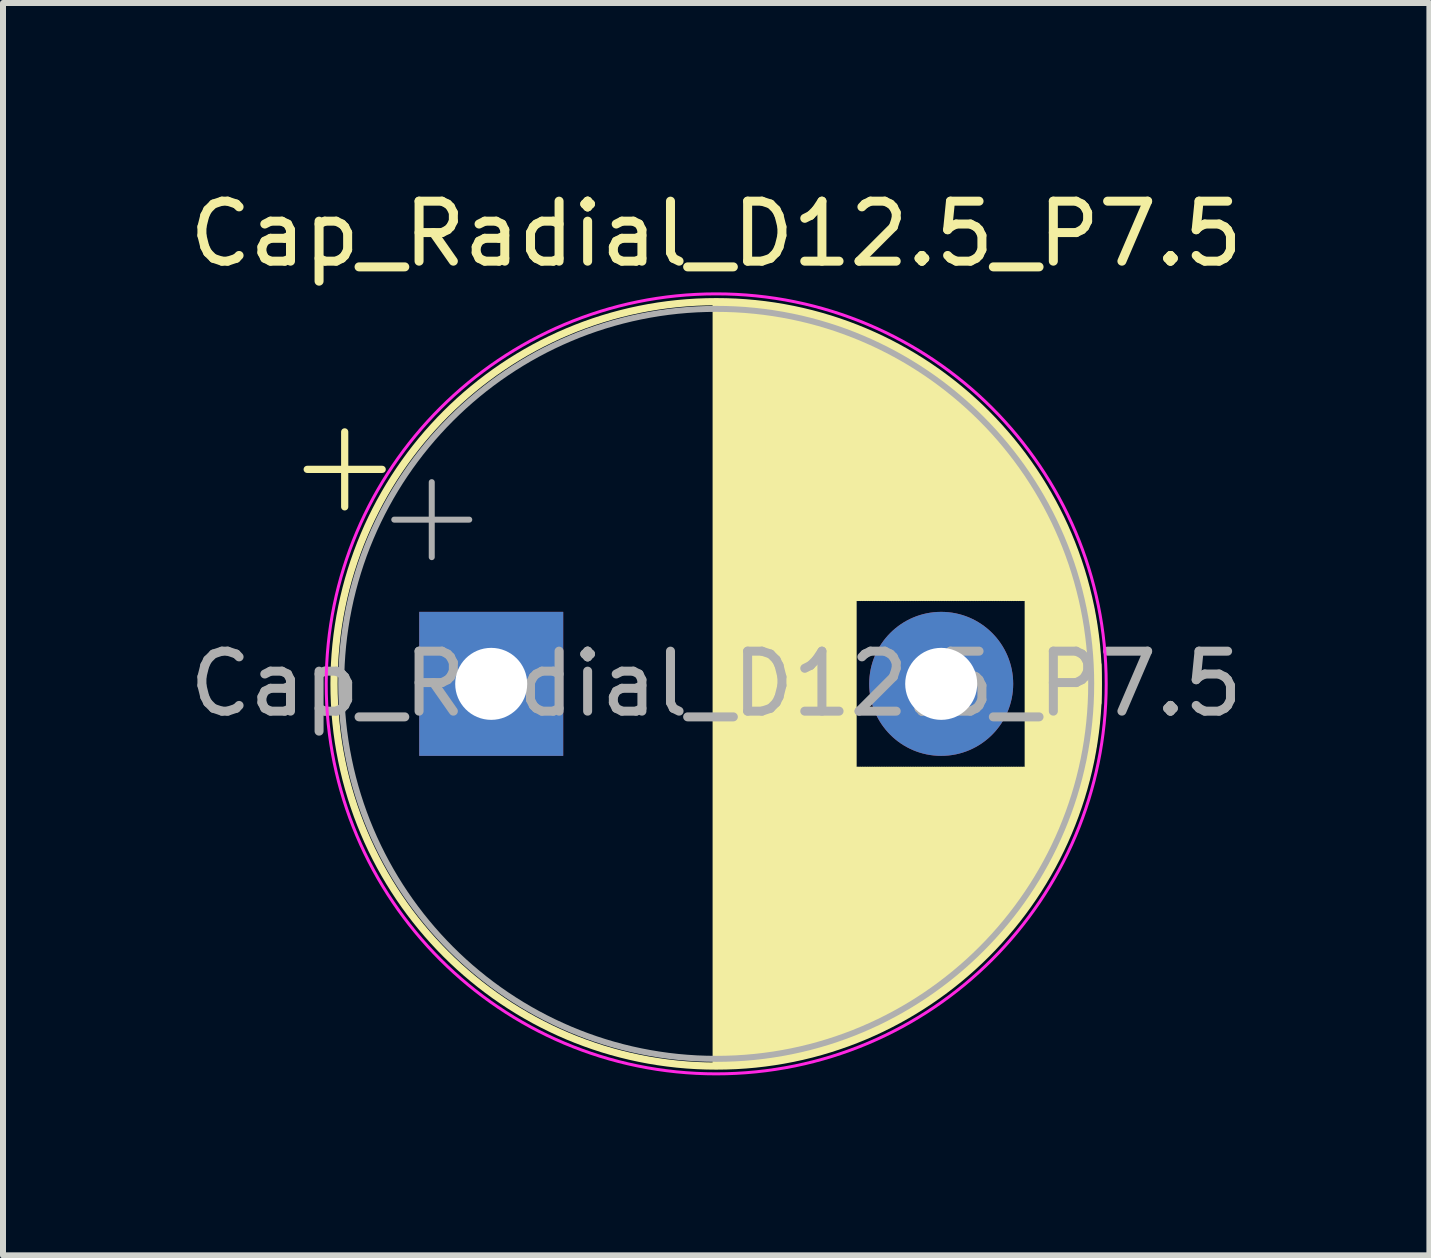
<source format=kicad_pcb>
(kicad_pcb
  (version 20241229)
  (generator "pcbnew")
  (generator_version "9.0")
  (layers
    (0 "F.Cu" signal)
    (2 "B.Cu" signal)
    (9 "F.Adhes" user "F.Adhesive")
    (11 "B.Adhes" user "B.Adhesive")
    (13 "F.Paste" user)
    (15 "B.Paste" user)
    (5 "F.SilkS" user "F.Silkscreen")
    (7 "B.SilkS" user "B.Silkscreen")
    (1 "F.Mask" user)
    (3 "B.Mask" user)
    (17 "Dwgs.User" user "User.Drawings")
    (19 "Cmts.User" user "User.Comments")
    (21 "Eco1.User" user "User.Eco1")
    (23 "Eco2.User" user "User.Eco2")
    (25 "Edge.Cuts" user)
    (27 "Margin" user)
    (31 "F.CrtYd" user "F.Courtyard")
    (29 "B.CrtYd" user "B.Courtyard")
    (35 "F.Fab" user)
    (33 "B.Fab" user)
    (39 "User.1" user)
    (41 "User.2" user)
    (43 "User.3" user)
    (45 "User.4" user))
  (footprint "Cap_Radial_D12.5_P7.5"
    (layer "F.Cu")
    (at 5.137 8.348)
    (property "Reference" "Cap_Radial_D12.5_P7.5" (at 3.75 -7.5 0) (layer "F.SilkS") (effects (font (size 1 1) (thickness 0.15))))
    (attr through_hole)
    (fp_line (start -3.067 -3.575) (end -1.817 -3.575) (stroke (width 0.12) (type solid)) (layer "F.SilkS"))
    (fp_line (start -2.442 -4.2) (end -2.442 -2.95) (stroke (width 0.12) (type solid)) (layer "F.SilkS"))
    (fp_line (start 3.75 -6.33) (end 3.75 6.33) (stroke (width 0.12) (type solid)) (layer "F.SilkS"))
    (fp_line (start 3.79 -6.33) (end 3.79 6.33) (stroke (width 0.12) (type solid)) (layer "F.SilkS"))
    (fp_line (start 3.83 -6.33) (end 3.83 6.33) (stroke (width 0.12) (type solid)) (layer "F.SilkS"))
    (fp_line (start 3.87 -6.329) (end 3.87 6.329) (stroke (width 0.12) (type solid)) (layer "F.SilkS"))
    (fp_line (start 3.91 -6.328) (end 3.91 6.328) (stroke (width 0.12) (type solid)) (layer "F.SilkS"))
    (fp_line (start 3.95 -6.327) (end 3.95 6.327) (stroke (width 0.12) (type solid)) (layer "F.SilkS"))
    (fp_line (start 3.99 -6.326) (end 3.99 6.326) (stroke (width 0.12) (type solid)) (layer "F.SilkS"))
    (fp_line (start 4.03 -6.324) (end 4.03 6.324) (stroke (width 0.12) (type solid)) (layer "F.SilkS"))
    (fp_line (start 4.07 -6.322) (end 4.07 6.322) (stroke (width 0.12) (type solid)) (layer "F.SilkS"))
    (fp_line (start 4.11 -6.32) (end 4.11 6.32) (stroke (width 0.12) (type solid)) (layer "F.SilkS"))
    (fp_line (start 4.15 -6.318) (end 4.15 6.318) (stroke (width 0.12) (type solid)) (layer "F.SilkS"))
    (fp_line (start 4.19 -6.315) (end 4.19 6.315) (stroke (width 0.12) (type solid)) (layer "F.SilkS"))
    (fp_line (start 4.23 -6.312) (end 4.23 6.312) (stroke (width 0.12) (type solid)) (layer "F.SilkS"))
    (fp_line (start 4.27 -6.309) (end 4.27 6.309) (stroke (width 0.12) (type solid)) (layer "F.SilkS"))
    (fp_line (start 4.31 -6.306) (end 4.31 6.306) (stroke (width 0.12) (type solid)) (layer "F.SilkS"))
    (fp_line (start 4.35 -6.302) (end 4.35 6.302) (stroke (width 0.12) (type solid)) (layer "F.SilkS"))
    (fp_line (start 4.39 -6.298) (end 4.39 6.298) (stroke (width 0.12) (type solid)) (layer "F.SilkS"))
    (fp_line (start 4.43 -6.294) (end 4.43 6.294) (stroke (width 0.12) (type solid)) (layer "F.SilkS"))
    (fp_line (start 4.471 -6.29) (end 4.471 6.29) (stroke (width 0.12) (type solid)) (layer "F.SilkS"))
    (fp_line (start 4.511 -6.285) (end 4.511 6.285) (stroke (width 0.12) (type solid)) (layer "F.SilkS"))
    (fp_line (start 4.551 -6.28) (end 4.551 6.28) (stroke (width 0.12) (type solid)) (layer "F.SilkS"))
    (fp_line (start 4.591 -6.275) (end 4.591 6.275) (stroke (width 0.12) (type solid)) (layer "F.SilkS"))
    (fp_line (start 4.631 -6.269) (end 4.631 6.269) (stroke (width 0.12) (type solid)) (layer "F.SilkS"))
    (fp_line (start 4.671 -6.264) (end 4.671 6.264) (stroke (width 0.12) (type solid)) (layer "F.SilkS"))
    (fp_line (start 4.711 -6.258) (end 4.711 6.258) (stroke (width 0.12) (type solid)) (layer "F.SilkS"))
    (fp_line (start 4.751 -6.252) (end 4.751 6.252) (stroke (width 0.12) (type solid)) (layer "F.SilkS"))
    (fp_line (start 4.791 -6.245) (end 4.791 6.245) (stroke (width 0.12) (type solid)) (layer "F.SilkS"))
    (fp_line (start 4.831 -6.238) (end 4.831 6.238) (stroke (width 0.12) (type solid)) (layer "F.SilkS"))
    (fp_line (start 4.871 -6.231) (end 4.871 6.231) (stroke (width 0.12) (type solid)) (layer "F.SilkS"))
    (fp_line (start 4.911 -6.224) (end 4.911 6.224) (stroke (width 0.12) (type solid)) (layer "F.SilkS"))
    (fp_line (start 4.951 -6.216) (end 4.951 6.216) (stroke (width 0.12) (type solid)) (layer "F.SilkS"))
    (fp_line (start 4.991 -6.209) (end 4.991 6.209) (stroke (width 0.12) (type solid)) (layer "F.SilkS"))
    (fp_line (start 5.031 -6.201) (end 5.031 6.201) (stroke (width 0.12) (type solid)) (layer "F.SilkS"))
    (fp_line (start 5.071 -6.192) (end 5.071 6.192) (stroke (width 0.12) (type solid)) (layer "F.SilkS"))
    (fp_line (start 5.111 -6.184) (end 5.111 6.184) (stroke (width 0.12) (type solid)) (layer "F.SilkS"))
    (fp_line (start 5.151 -6.175) (end 5.151 6.175) (stroke (width 0.12) (type solid)) (layer "F.SilkS"))
    (fp_line (start 5.191 -6.166) (end 5.191 6.166) (stroke (width 0.12) (type solid)) (layer "F.SilkS"))
    (fp_line (start 5.231 -6.156) (end 5.231 6.156) (stroke (width 0.12) (type solid)) (layer "F.SilkS"))
    (fp_line (start 5.271 -6.146) (end 5.271 6.146) (stroke (width 0.12) (type solid)) (layer "F.SilkS"))
    (fp_line (start 5.311 -6.137) (end 5.311 6.137) (stroke (width 0.12) (type solid)) (layer "F.SilkS"))
    (fp_line (start 5.351 -6.126) (end 5.351 6.126) (stroke (width 0.12) (type solid)) (layer "F.SilkS"))
    (fp_line (start 5.391 -6.116) (end 5.391 6.116) (stroke (width 0.12) (type solid)) (layer "F.SilkS"))
    (fp_line (start 5.431 -6.105) (end 5.431 6.105) (stroke (width 0.12) (type solid)) (layer "F.SilkS"))
    (fp_line (start 5.471 -6.094) (end 5.471 6.094) (stroke (width 0.12) (type solid)) (layer "F.SilkS"))
    (fp_line (start 5.511 -6.083) (end 5.511 6.083) (stroke (width 0.12) (type solid)) (layer "F.SilkS"))
    (fp_line (start 5.551 -6.071) (end 5.551 6.071) (stroke (width 0.12) (type solid)) (layer "F.SilkS"))
    (fp_line (start 5.591 -6.059) (end 5.591 6.059) (stroke (width 0.12) (type solid)) (layer "F.SilkS"))
    (fp_line (start 5.631 -6.047) (end 5.631 6.047) (stroke (width 0.12) (type solid)) (layer "F.SilkS"))
    (fp_line (start 5.671 -6.034) (end 5.671 6.034) (stroke (width 0.12) (type solid)) (layer "F.SilkS"))
    (fp_line (start 5.711 -6.021) (end 5.711 6.021) (stroke (width 0.12) (type solid)) (layer "F.SilkS"))
    (fp_line (start 5.751 -6.008) (end 5.751 6.008) (stroke (width 0.12) (type solid)) (layer "F.SilkS"))
    (fp_line (start 5.791 -5.995) (end 5.791 5.995) (stroke (width 0.12) (type solid)) (layer "F.SilkS"))
    (fp_line (start 5.831 -5.981) (end 5.831 5.981) (stroke (width 0.12) (type solid)) (layer "F.SilkS"))
    (fp_line (start 5.871 -5.967) (end 5.871 5.967) (stroke (width 0.12) (type solid)) (layer "F.SilkS"))
    (fp_line (start 5.911 -5.953) (end 5.911 5.953) (stroke (width 0.12) (type solid)) (layer "F.SilkS"))
    (fp_line (start 5.951 -5.939) (end 5.951 5.939) (stroke (width 0.12) (type solid)) (layer "F.SilkS"))
    (fp_line (start 5.991 -5.924) (end 5.991 5.924) (stroke (width 0.12) (type solid)) (layer "F.SilkS"))
    (fp_line (start 6.031 -5.908) (end 6.031 5.908) (stroke (width 0.12) (type solid)) (layer "F.SilkS"))
    (fp_line (start 6.071 -5.893) (end 6.071 -1.44) (stroke (width 0.12) (type solid)) (layer "F.SilkS"))
    (fp_line (start 6.071 1.44) (end 6.071 5.893) (stroke (width 0.12) (type solid)) (layer "F.SilkS"))
    (fp_line (start 6.111 -5.877) (end 6.111 -1.44) (stroke (width 0.12) (type solid)) (layer "F.SilkS"))
    (fp_line (start 6.111 1.44) (end 6.111 5.877) (stroke (width 0.12) (type solid)) (layer "F.SilkS"))
    (fp_line (start 6.151 -5.861) (end 6.151 -1.44) (stroke (width 0.12) (type solid)) (layer "F.SilkS"))
    (fp_line (start 6.151 1.44) (end 6.151 5.861) (stroke (width 0.12) (type solid)) (layer "F.SilkS"))
    (fp_line (start 6.191 -5.845) (end 6.191 -1.44) (stroke (width 0.12) (type solid)) (layer "F.SilkS"))
    (fp_line (start 6.191 1.44) (end 6.191 5.845) (stroke (width 0.12) (type solid)) (layer "F.SilkS"))
    (fp_line (start 6.231 -5.828) (end 6.231 -1.44) (stroke (width 0.12) (type solid)) (layer "F.SilkS"))
    (fp_line (start 6.231 1.44) (end 6.231 5.828) (stroke (width 0.12) (type solid)) (layer "F.SilkS"))
    (fp_line (start 6.271 -5.811) (end 6.271 -1.44) (stroke (width 0.12) (type solid)) (layer "F.SilkS"))
    (fp_line (start 6.271 1.44) (end 6.271 5.811) (stroke (width 0.12) (type solid)) (layer "F.SilkS"))
    (fp_line (start 6.311 -5.793) (end 6.311 -1.44) (stroke (width 0.12) (type solid)) (layer "F.SilkS"))
    (fp_line (start 6.311 1.44) (end 6.311 5.793) (stroke (width 0.12) (type solid)) (layer "F.SilkS"))
    (fp_line (start 6.351 -5.776) (end 6.351 -1.44) (stroke (width 0.12) (type solid)) (layer "F.SilkS"))
    (fp_line (start 6.351 1.44) (end 6.351 5.776) (stroke (width 0.12) (type solid)) (layer "F.SilkS"))
    (fp_line (start 6.391 -5.758) (end 6.391 -1.44) (stroke (width 0.12) (type solid)) (layer "F.SilkS"))
    (fp_line (start 6.391 1.44) (end 6.391 5.758) (stroke (width 0.12) (type solid)) (layer "F.SilkS"))
    (fp_line (start 6.431 -5.739) (end 6.431 -1.44) (stroke (width 0.12) (type solid)) (layer "F.SilkS"))
    (fp_line (start 6.431 1.44) (end 6.431 5.739) (stroke (width 0.12) (type solid)) (layer "F.SilkS"))
    (fp_line (start 6.471 -5.721) (end 6.471 -1.44) (stroke (width 0.12) (type solid)) (layer "F.SilkS"))
    (fp_line (start 6.471 1.44) (end 6.471 5.721) (stroke (width 0.12) (type solid)) (layer "F.SilkS"))
    (fp_line (start 6.511 -5.702) (end 6.511 -1.44) (stroke (width 0.12) (type solid)) (layer "F.SilkS"))
    (fp_line (start 6.511 1.44) (end 6.511 5.702) (stroke (width 0.12) (type solid)) (layer "F.SilkS"))
    (fp_line (start 6.551 -5.682) (end 6.551 -1.44) (stroke (width 0.12) (type solid)) (layer "F.SilkS"))
    (fp_line (start 6.551 1.44) (end 6.551 5.682) (stroke (width 0.12) (type solid)) (layer "F.SilkS"))
    (fp_line (start 6.591 -5.662) (end 6.591 -1.44) (stroke (width 0.12) (type solid)) (layer "F.SilkS"))
    (fp_line (start 6.591 1.44) (end 6.591 5.662) (stroke (width 0.12) (type solid)) (layer "F.SilkS"))
    (fp_line (start 6.631 -5.642) (end 6.631 -1.44) (stroke (width 0.12) (type solid)) (layer "F.SilkS"))
    (fp_line (start 6.631 1.44) (end 6.631 5.642) (stroke (width 0.12) (type solid)) (layer "F.SilkS"))
    (fp_line (start 6.671 -5.622) (end 6.671 -1.44) (stroke (width 0.12) (type solid)) (layer "F.SilkS"))
    (fp_line (start 6.671 1.44) (end 6.671 5.622) (stroke (width 0.12) (type solid)) (layer "F.SilkS"))
    (fp_line (start 6.711 -5.601) (end 6.711 -1.44) (stroke (width 0.12) (type solid)) (layer "F.SilkS"))
    (fp_line (start 6.711 1.44) (end 6.711 5.601) (stroke (width 0.12) (type solid)) (layer "F.SilkS"))
    (fp_line (start 6.751 -5.58) (end 6.751 -1.44) (stroke (width 0.12) (type solid)) (layer "F.SilkS"))
    (fp_line (start 6.751 1.44) (end 6.751 5.58) (stroke (width 0.12) (type solid)) (layer "F.SilkS"))
    (fp_line (start 6.791 -5.558) (end 6.791 -1.44) (stroke (width 0.12) (type solid)) (layer "F.SilkS"))
    (fp_line (start 6.791 1.44) (end 6.791 5.558) (stroke (width 0.12) (type solid)) (layer "F.SilkS"))
    (fp_line (start 6.831 -5.536) (end 6.831 -1.44) (stroke (width 0.12) (type solid)) (layer "F.SilkS"))
    (fp_line (start 6.831 1.44) (end 6.831 5.536) (stroke (width 0.12) (type solid)) (layer "F.SilkS"))
    (fp_line (start 6.871 -5.514) (end 6.871 -1.44) (stroke (width 0.12) (type solid)) (layer "F.SilkS"))
    (fp_line (start 6.871 1.44) (end 6.871 5.514) (stroke (width 0.12) (type solid)) (layer "F.SilkS"))
    (fp_line (start 6.911 -5.491) (end 6.911 -1.44) (stroke (width 0.12) (type solid)) (layer "F.SilkS"))
    (fp_line (start 6.911 1.44) (end 6.911 5.491) (stroke (width 0.12) (type solid)) (layer "F.SilkS"))
    (fp_line (start 6.951 -5.468) (end 6.951 -1.44) (stroke (width 0.12) (type solid)) (layer "F.SilkS"))
    (fp_line (start 6.951 1.44) (end 6.951 5.468) (stroke (width 0.12) (type solid)) (layer "F.SilkS"))
    (fp_line (start 6.991 -5.445) (end 6.991 -1.44) (stroke (width 0.12) (type solid)) (layer "F.SilkS"))
    (fp_line (start 6.991 1.44) (end 6.991 5.445) (stroke (width 0.12) (type solid)) (layer "F.SilkS"))
    (fp_line (start 7.031 -5.421) (end 7.031 -1.44) (stroke (width 0.12) (type solid)) (layer "F.SilkS"))
    (fp_line (start 7.031 1.44) (end 7.031 5.421) (stroke (width 0.12) (type solid)) (layer "F.SilkS"))
    (fp_line (start 7.071 -5.397) (end 7.071 -1.44) (stroke (width 0.12) (type solid)) (layer "F.SilkS"))
    (fp_line (start 7.071 1.44) (end 7.071 5.397) (stroke (width 0.12) (type solid)) (layer "F.SilkS"))
    (fp_line (start 7.111 -5.372) (end 7.111 -1.44) (stroke (width 0.12) (type solid)) (layer "F.SilkS"))
    (fp_line (start 7.111 1.44) (end 7.111 5.372) (stroke (width 0.12) (type solid)) (layer "F.SilkS"))
    (fp_line (start 7.151 -5.347) (end 7.151 -1.44) (stroke (width 0.12) (type solid)) (layer "F.SilkS"))
    (fp_line (start 7.151 1.44) (end 7.151 5.347) (stroke (width 0.12) (type solid)) (layer "F.SilkS"))
    (fp_line (start 7.191 -5.322) (end 7.191 -1.44) (stroke (width 0.12) (type solid)) (layer "F.SilkS"))
    (fp_line (start 7.191 1.44) (end 7.191 5.322) (stroke (width 0.12) (type solid)) (layer "F.SilkS"))
    (fp_line (start 7.231 -5.296) (end 7.231 -1.44) (stroke (width 0.12) (type solid)) (layer "F.SilkS"))
    (fp_line (start 7.231 1.44) (end 7.231 5.296) (stroke (width 0.12) (type solid)) (layer "F.SilkS"))
    (fp_line (start 7.271 -5.27) (end 7.271 -1.44) (stroke (width 0.12) (type solid)) (layer "F.SilkS"))
    (fp_line (start 7.271 1.44) (end 7.271 5.27) (stroke (width 0.12) (type solid)) (layer "F.SilkS"))
    (fp_line (start 7.311 -5.243) (end 7.311 -1.44) (stroke (width 0.12) (type solid)) (layer "F.SilkS"))
    (fp_line (start 7.311 1.44) (end 7.311 5.243) (stroke (width 0.12) (type solid)) (layer "F.SilkS"))
    (fp_line (start 7.351 -5.216) (end 7.351 -1.44) (stroke (width 0.12) (type solid)) (layer "F.SilkS"))
    (fp_line (start 7.351 1.44) (end 7.351 5.216) (stroke (width 0.12) (type solid)) (layer "F.SilkS"))
    (fp_line (start 7.391 -5.188) (end 7.391 -1.44) (stroke (width 0.12) (type solid)) (layer "F.SilkS"))
    (fp_line (start 7.391 1.44) (end 7.391 5.188) (stroke (width 0.12) (type solid)) (layer "F.SilkS"))
    (fp_line (start 7.431 -5.16) (end 7.431 -1.44) (stroke (width 0.12) (type solid)) (layer "F.SilkS"))
    (fp_line (start 7.431 1.44) (end 7.431 5.16) (stroke (width 0.12) (type solid)) (layer "F.SilkS"))
    (fp_line (start 7.471 -5.131) (end 7.471 -1.44) (stroke (width 0.12) (type solid)) (layer "F.SilkS"))
    (fp_line (start 7.471 1.44) (end 7.471 5.131) (stroke (width 0.12) (type solid)) (layer "F.SilkS"))
    (fp_line (start 7.511 -5.102) (end 7.511 -1.44) (stroke (width 0.12) (type solid)) (layer "F.SilkS"))
    (fp_line (start 7.511 1.44) (end 7.511 5.102) (stroke (width 0.12) (type solid)) (layer "F.SilkS"))
    (fp_line (start 7.551 -5.073) (end 7.551 -1.44) (stroke (width 0.12) (type solid)) (layer "F.SilkS"))
    (fp_line (start 7.551 1.44) (end 7.551 5.073) (stroke (width 0.12) (type solid)) (layer "F.SilkS"))
    (fp_line (start 7.591 -5.043) (end 7.591 -1.44) (stroke (width 0.12) (type solid)) (layer "F.SilkS"))
    (fp_line (start 7.591 1.44) (end 7.591 5.043) (stroke (width 0.12) (type solid)) (layer "F.SilkS"))
    (fp_line (start 7.631 -5.012) (end 7.631 -1.44) (stroke (width 0.12) (type solid)) (layer "F.SilkS"))
    (fp_line (start 7.631 1.44) (end 7.631 5.012) (stroke (width 0.12) (type solid)) (layer "F.SilkS"))
    (fp_line (start 7.671 -4.982) (end 7.671 -1.44) (stroke (width 0.12) (type solid)) (layer "F.SilkS"))
    (fp_line (start 7.671 1.44) (end 7.671 4.982) (stroke (width 0.12) (type solid)) (layer "F.SilkS"))
    (fp_line (start 7.711 -4.95) (end 7.711 -1.44) (stroke (width 0.12) (type solid)) (layer "F.SilkS"))
    (fp_line (start 7.711 1.44) (end 7.711 4.95) (stroke (width 0.12) (type solid)) (layer "F.SilkS"))
    (fp_line (start 7.751 -4.918) (end 7.751 -1.44) (stroke (width 0.12) (type solid)) (layer "F.SilkS"))
    (fp_line (start 7.751 1.44) (end 7.751 4.918) (stroke (width 0.12) (type solid)) (layer "F.SilkS"))
    (fp_line (start 7.791 -4.885) (end 7.791 -1.44) (stroke (width 0.12) (type solid)) (layer "F.SilkS"))
    (fp_line (start 7.791 1.44) (end 7.791 4.885) (stroke (width 0.12) (type solid)) (layer "F.SilkS"))
    (fp_line (start 7.831 -4.852) (end 7.831 -1.44) (stroke (width 0.12) (type solid)) (layer "F.SilkS"))
    (fp_line (start 7.831 1.44) (end 7.831 4.852) (stroke (width 0.12) (type solid)) (layer "F.SilkS"))
    (fp_line (start 7.871 -4.819) (end 7.871 -1.44) (stroke (width 0.12) (type solid)) (layer "F.SilkS"))
    (fp_line (start 7.871 1.44) (end 7.871 4.819) (stroke (width 0.12) (type solid)) (layer "F.SilkS"))
    (fp_line (start 7.911 -4.785) (end 7.911 -1.44) (stroke (width 0.12) (type solid)) (layer "F.SilkS"))
    (fp_line (start 7.911 1.44) (end 7.911 4.785) (stroke (width 0.12) (type solid)) (layer "F.SilkS"))
    (fp_line (start 7.951 -4.75) (end 7.951 -1.44) (stroke (width 0.12) (type solid)) (layer "F.SilkS"))
    (fp_line (start 7.951 1.44) (end 7.951 4.75) (stroke (width 0.12) (type solid)) (layer "F.SilkS"))
    (fp_line (start 7.991 -4.714) (end 7.991 -1.44) (stroke (width 0.12) (type solid)) (layer "F.SilkS"))
    (fp_line (start 7.991 1.44) (end 7.991 4.714) (stroke (width 0.12) (type solid)) (layer "F.SilkS"))
    (fp_line (start 8.031 -4.678) (end 8.031 -1.44) (stroke (width 0.12) (type solid)) (layer "F.SilkS"))
    (fp_line (start 8.031 1.44) (end 8.031 4.678) (stroke (width 0.12) (type solid)) (layer "F.SilkS"))
    (fp_line (start 8.071 -4.642) (end 8.071 -1.44) (stroke (width 0.12) (type solid)) (layer "F.SilkS"))
    (fp_line (start 8.071 1.44) (end 8.071 4.642) (stroke (width 0.12) (type solid)) (layer "F.SilkS"))
    (fp_line (start 8.111 -4.605) (end 8.111 -1.44) (stroke (width 0.12) (type solid)) (layer "F.SilkS"))
    (fp_line (start 8.111 1.44) (end 8.111 4.605) (stroke (width 0.12) (type solid)) (layer "F.SilkS"))
    (fp_line (start 8.151 -4.567) (end 8.151 -1.44) (stroke (width 0.12) (type solid)) (layer "F.SilkS"))
    (fp_line (start 8.151 1.44) (end 8.151 4.567) (stroke (width 0.12) (type solid)) (layer "F.SilkS"))
    (fp_line (start 8.191 -4.528) (end 8.191 -1.44) (stroke (width 0.12) (type solid)) (layer "F.SilkS"))
    (fp_line (start 8.191 1.44) (end 8.191 4.528) (stroke (width 0.12) (type solid)) (layer "F.SilkS"))
    (fp_line (start 8.231 -4.489) (end 8.231 -1.44) (stroke (width 0.12) (type solid)) (layer "F.SilkS"))
    (fp_line (start 8.231 1.44) (end 8.231 4.489) (stroke (width 0.12) (type solid)) (layer "F.SilkS"))
    (fp_line (start 8.271 -4.449) (end 8.271 -1.44) (stroke (width 0.12) (type solid)) (layer "F.SilkS"))
    (fp_line (start 8.271 1.44) (end 8.271 4.449) (stroke (width 0.12) (type solid)) (layer "F.SilkS"))
    (fp_line (start 8.311 -4.408) (end 8.311 -1.44) (stroke (width 0.12) (type solid)) (layer "F.SilkS"))
    (fp_line (start 8.311 1.44) (end 8.311 4.408) (stroke (width 0.12) (type solid)) (layer "F.SilkS"))
    (fp_line (start 8.351 -4.367) (end 8.351 -1.44) (stroke (width 0.12) (type solid)) (layer "F.SilkS"))
    (fp_line (start 8.351 1.44) (end 8.351 4.367) (stroke (width 0.12) (type solid)) (layer "F.SilkS"))
    (fp_line (start 8.391 -4.325) (end 8.391 -1.44) (stroke (width 0.12) (type solid)) (layer "F.SilkS"))
    (fp_line (start 8.391 1.44) (end 8.391 4.325) (stroke (width 0.12) (type solid)) (layer "F.SilkS"))
    (fp_line (start 8.431 -4.282) (end 8.431 -1.44) (stroke (width 0.12) (type solid)) (layer "F.SilkS"))
    (fp_line (start 8.431 1.44) (end 8.431 4.282) (stroke (width 0.12) (type solid)) (layer "F.SilkS"))
    (fp_line (start 8.471 -4.238) (end 8.471 -1.44) (stroke (width 0.12) (type solid)) (layer "F.SilkS"))
    (fp_line (start 8.471 1.44) (end 8.471 4.238) (stroke (width 0.12) (type solid)) (layer "F.SilkS"))
    (fp_line (start 8.511 -4.194) (end 8.511 -1.44) (stroke (width 0.12) (type solid)) (layer "F.SilkS"))
    (fp_line (start 8.511 1.44) (end 8.511 4.194) (stroke (width 0.12) (type solid)) (layer "F.SilkS"))
    (fp_line (start 8.551 -4.148) (end 8.551 -1.44) (stroke (width 0.12) (type solid)) (layer "F.SilkS"))
    (fp_line (start 8.551 1.44) (end 8.551 4.148) (stroke (width 0.12) (type solid)) (layer "F.SilkS"))
    (fp_line (start 8.591 -4.102) (end 8.591 -1.44) (stroke (width 0.12) (type solid)) (layer "F.SilkS"))
    (fp_line (start 8.591 1.44) (end 8.591 4.102) (stroke (width 0.12) (type solid)) (layer "F.SilkS"))
    (fp_line (start 8.631 -4.055) (end 8.631 -1.44) (stroke (width 0.12) (type solid)) (layer "F.SilkS"))
    (fp_line (start 8.631 1.44) (end 8.631 4.055) (stroke (width 0.12) (type solid)) (layer "F.SilkS"))
    (fp_line (start 8.671 -4.007) (end 8.671 -1.44) (stroke (width 0.12) (type solid)) (layer "F.SilkS"))
    (fp_line (start 8.671 1.44) (end 8.671 4.007) (stroke (width 0.12) (type solid)) (layer "F.SilkS"))
    (fp_line (start 8.711 -3.957) (end 8.711 -1.44) (stroke (width 0.12) (type solid)) (layer "F.SilkS"))
    (fp_line (start 8.711 1.44) (end 8.711 3.957) (stroke (width 0.12) (type solid)) (layer "F.SilkS"))
    (fp_line (start 8.751 -3.907) (end 8.751 -1.44) (stroke (width 0.12) (type solid)) (layer "F.SilkS"))
    (fp_line (start 8.751 1.44) (end 8.751 3.907) (stroke (width 0.12) (type solid)) (layer "F.SilkS"))
    (fp_line (start 8.791 -3.856) (end 8.791 -1.44) (stroke (width 0.12) (type solid)) (layer "F.SilkS"))
    (fp_line (start 8.791 1.44) (end 8.791 3.856) (stroke (width 0.12) (type solid)) (layer "F.SilkS"))
    (fp_line (start 8.831 -3.804) (end 8.831 -1.44) (stroke (width 0.12) (type solid)) (layer "F.SilkS"))
    (fp_line (start 8.831 1.44) (end 8.831 3.804) (stroke (width 0.12) (type solid)) (layer "F.SilkS"))
    (fp_line (start 8.871 -3.75) (end 8.871 -1.44) (stroke (width 0.12) (type solid)) (layer "F.SilkS"))
    (fp_line (start 8.871 1.44) (end 8.871 3.75) (stroke (width 0.12) (type solid)) (layer "F.SilkS"))
    (fp_line (start 8.911 -3.696) (end 8.911 -1.44) (stroke (width 0.12) (type solid)) (layer "F.SilkS"))
    (fp_line (start 8.911 1.44) (end 8.911 3.696) (stroke (width 0.12) (type solid)) (layer "F.SilkS"))
    (fp_line (start 8.951 -3.64) (end 8.951 3.64) (stroke (width 0.12) (type solid)) (layer "F.SilkS"))
    (fp_line (start 8.991 -3.583) (end 8.991 3.583) (stroke (width 0.12) (type solid)) (layer "F.SilkS"))
    (fp_line (start 9.031 -3.524) (end 9.031 3.524) (stroke (width 0.12) (type solid)) (layer "F.SilkS"))
    (fp_line (start 9.071 -3.464) (end 9.071 3.464) (stroke (width 0.12) (type solid)) (layer "F.SilkS"))
    (fp_line (start 9.111 -3.402) (end 9.111 3.402) (stroke (width 0.12) (type solid)) (layer "F.SilkS"))
    (fp_line (start 9.151 -3.339) (end 9.151 3.339) (stroke (width 0.12) (type solid)) (layer "F.SilkS"))
    (fp_line (start 9.191 -3.275) (end 9.191 3.275) (stroke (width 0.12) (type solid)) (layer "F.SilkS"))
    (fp_line (start 9.231 -3.208) (end 9.231 3.208) (stroke (width 0.12) (type solid)) (layer "F.SilkS"))
    (fp_line (start 9.271 -3.14) (end 9.271 3.14) (stroke (width 0.12) (type solid)) (layer "F.SilkS"))
    (fp_line (start 9.311 -3.069) (end 9.311 3.069) (stroke (width 0.12) (type solid)) (layer "F.SilkS"))
    (fp_line (start 9.351 -2.996) (end 9.351 2.996) (stroke (width 0.12) (type solid)) (layer "F.SilkS"))
    (fp_line (start 9.391 -2.921) (end 9.391 2.921) (stroke (width 0.12) (type solid)) (layer "F.SilkS"))
    (fp_line (start 9.431 -2.844) (end 9.431 2.844) (stroke (width 0.12) (type solid)) (layer "F.SilkS"))
    (fp_line (start 9.471 -2.764) (end 9.471 2.764) (stroke (width 0.12) (type solid)) (layer "F.SilkS"))
    (fp_line (start 9.511 -2.681) (end 9.511 2.681) (stroke (width 0.12) (type solid)) (layer "F.SilkS"))
    (fp_line (start 9.551 -2.594) (end 9.551 2.594) (stroke (width 0.12) (type solid)) (layer "F.SilkS"))
    (fp_line (start 9.591 -2.504) (end 9.591 2.504) (stroke (width 0.12) (type solid)) (layer "F.SilkS"))
    (fp_line (start 9.631 -2.41) (end 9.631 2.41) (stroke (width 0.12) (type solid)) (layer "F.SilkS"))
    (fp_line (start 9.671 -2.312) (end 9.671 2.312) (stroke (width 0.12) (type solid)) (layer "F.SilkS"))
    (fp_line (start 9.711 -2.209) (end 9.711 2.209) (stroke (width 0.12) (type solid)) (layer "F.SilkS"))
    (fp_line (start 9.751 -2.1) (end 9.751 2.1) (stroke (width 0.12) (type solid)) (layer "F.SilkS"))
    (fp_line (start 9.791 -1.984) (end 9.791 1.984) (stroke (width 0.12) (type solid)) (layer "F.SilkS"))
    (fp_line (start 9.831 -1.861) (end 9.831 1.861) (stroke (width 0.12) (type solid)) (layer "F.SilkS"))
    (fp_line (start 9.871 -1.728) (end 9.871 1.728) (stroke (width 0.12) (type solid)) (layer "F.SilkS"))
    (fp_line (start 9.911 -1.583) (end 9.911 1.583) (stroke (width 0.12) (type solid)) (layer "F.SilkS"))
    (fp_line (start 9.951 -1.422) (end 9.951 1.422) (stroke (width 0.12) (type solid)) (layer "F.SilkS"))
    (fp_line (start 9.991 -1.241) (end 9.991 1.241) (stroke (width 0.12) (type solid)) (layer "F.SilkS"))
    (fp_line (start 10.031 -1.028) (end 10.031 1.028) (stroke (width 0.12) (type solid)) (layer "F.SilkS"))
    (fp_line (start 10.071 -0.757) (end 10.071 0.757) (stroke (width 0.12) (type solid)) (layer "F.SilkS"))
    (fp_line (start 10.111 -0.317) (end 10.111 0.317) (stroke (width 0.12) (type solid)) (layer "F.SilkS"))
    (fp_circle (center 3.75 0) (end 10.12 0) (stroke (width 0.12) (type solid)) (fill no) (layer "F.SilkS"))
    (fp_circle (center 3.75 0) (end 10.25 0) (stroke (width 0.05) (type solid)) (fill no) (layer "F.CrtYd"))
    (fp_line (start -1.616 -2.737) (end -0.366 -2.737) (stroke (width 0.1) (type solid)) (layer "F.Fab"))
    (fp_line (start -0.991 -3.362) (end -0.991 -2.112) (stroke (width 0.1) (type solid)) (layer "F.Fab"))
    (fp_circle (center 3.75 0) (end 10 0) (stroke (width 0.1) (type solid)) (fill no) (layer "F.Fab"))
    (fp_text user "${REFERENCE}" (at 3.75 0 0) (layer "F.Fab") (effects (font (size 1 1) (thickness 0.15))))
    (pad "1" thru_hole rect (at 0 0) (size 2.4 2.4) (drill 1.2) (layers "*.Cu" "*.Mask"))
    (pad "2" thru_hole circle (at 7.5 0) (size 2.4 2.4) (drill 1.2) (layers "*.Cu" "*.Mask")))
  (gr_rect
    (start -3 -3)
    (end 20.774 17.873)
    (stroke (width 0.1) (type default))
    (fill no)
    (layer "Edge.Cuts")))
</source>
